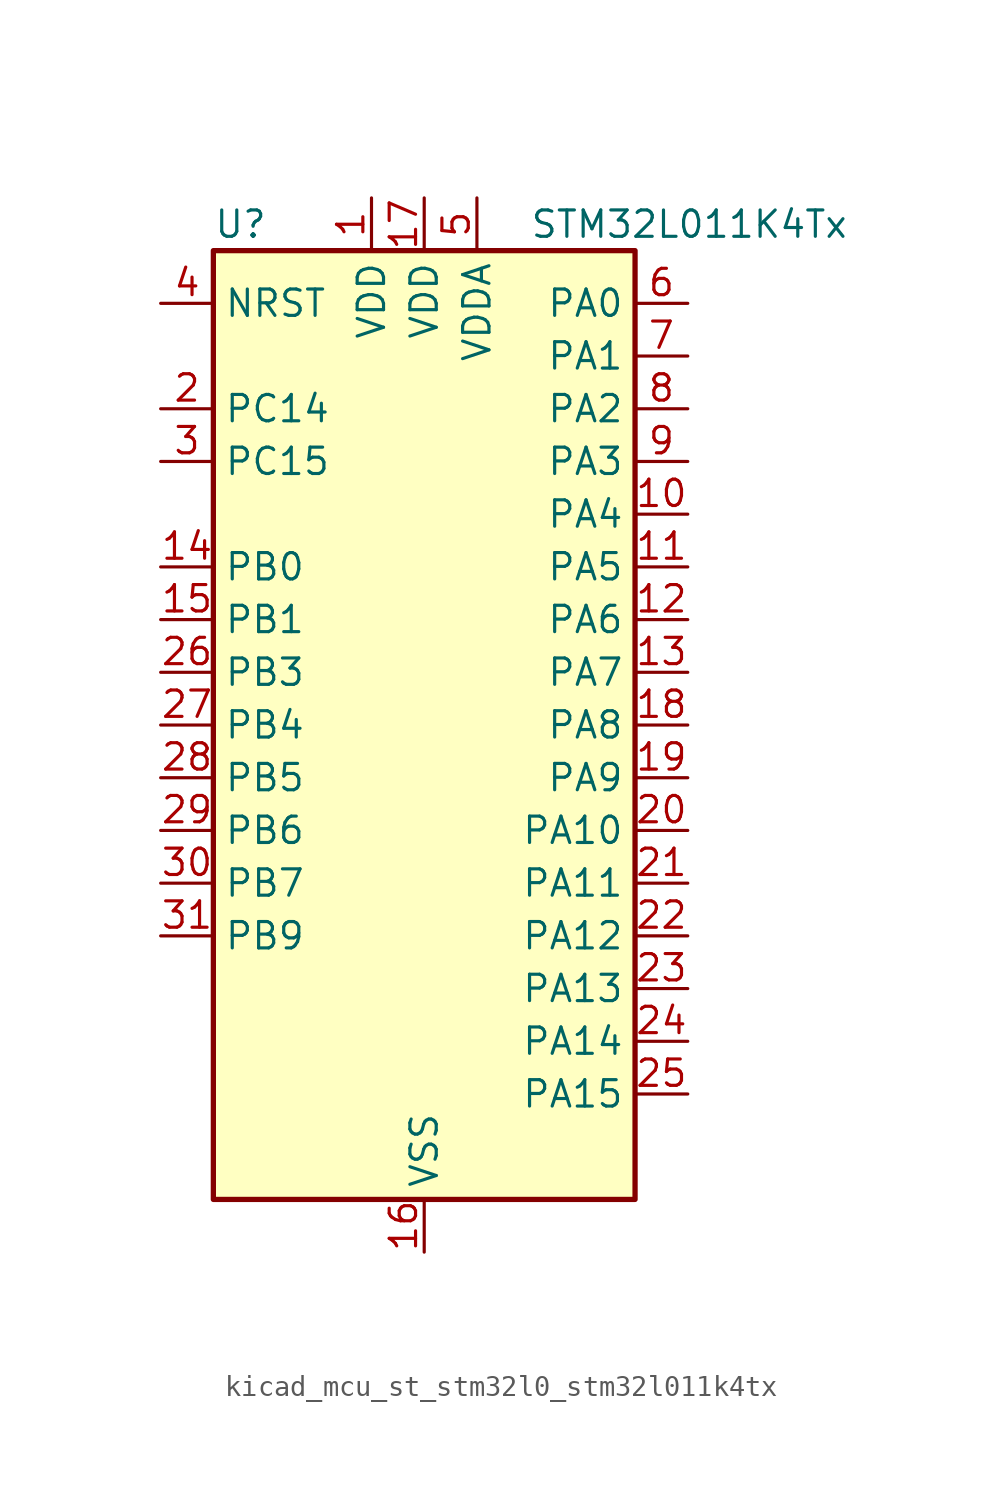
<source format=kicad_sym>
(kicad_symbol_lib
  (version 20220914)
  (generator kicad_symbol_editor)
  (symbol "kicad_mcu_st_stm32l0_stm32l011k4tx"
    (property "Reference" "U"
      (at -10.16 24.13 0)
      (effects (font (size 1.27 1.27)) (justify left)))
    (property "Value" "STM32L011K4Tx"
      (at 5.08 24.13 0)
      (effects (font (size 1.27 1.27)) (justify left)))
    (property "ki_locked" ""
      (at 0 0 0)
      (effects (font (size 1.27 1.27))))
    (symbol "kicad_mcu_st_stm32l0_stm32l011k4tx_0_1"
      (rectangle (start -10.16 -22.86) (end 10.16 22.86) (stroke (width 0.254) (type default)) (fill (type background))))
    (symbol "kicad_mcu_st_stm32l0_stm32l011k4tx_1_1"
      (pin power_in line (at -2.54 25.4 270) (length 2.54) (name "VDD" (effects (font (size 1.27 1.27)))) (number "1" (effects (font (size 1.27 1.27)))))
      (pin bidirectional line (at 12.7 10.16 180) (length 2.54) (name "PA4" (effects (font (size 1.27 1.27)))) (number "10" (effects (font (size 1.27 1.27)))) (alternate "ADC_IN4" bidirectional line) (alternate "COMP1_INM" bidirectional line) (alternate "COMP2_INM" bidirectional line) (alternate "COMP2_OUT" bidirectional line) (alternate "I2C1_SCL" bidirectional line) (alternate "LPTIM1_ETR" bidirectional line) (alternate "LPTIM1_IN1" bidirectional line) (alternate "LPUART1_TX" bidirectional line) (alternate "SPI1_NSS" bidirectional line) (alternate "TIM2_ETR" bidirectional line) (alternate "USART2_CK" bidirectional line))
      (pin bidirectional line (at 12.7 7.62 180) (length 2.54) (name "PA5" (effects (font (size 1.27 1.27)))) (number "11" (effects (font (size 1.27 1.27)))) (alternate "ADC_IN5" bidirectional line) (alternate "COMP1_INM" bidirectional line) (alternate "COMP2_INM" bidirectional line) (alternate "LPTIM1_IN2" bidirectional line) (alternate "SPI1_SCK" bidirectional line) (alternate "TIM2_CH1" bidirectional line) (alternate "TIM2_ETR" bidirectional line))
      (pin bidirectional line (at 12.7 5.08 180) (length 2.54) (name "PA6" (effects (font (size 1.27 1.27)))) (number "12" (effects (font (size 1.27 1.27)))) (alternate "ADC_IN6" bidirectional line) (alternate "COMP1_OUT" bidirectional line) (alternate "LPTIM1_ETR" bidirectional line) (alternate "LPUART1_CTS" bidirectional line) (alternate "SPI1_MISO" bidirectional line))
      (pin bidirectional line (at 12.7 2.54 180) (length 2.54) (name "PA7" (effects (font (size 1.27 1.27)))) (number "13" (effects (font (size 1.27 1.27)))) (alternate "ADC_IN7" bidirectional line) (alternate "COMP2_INP" bidirectional line) (alternate "COMP2_OUT" bidirectional line) (alternate "LPTIM1_OUT" bidirectional line) (alternate "SPI1_MOSI" bidirectional line) (alternate "TIM21_ETR" bidirectional line) (alternate "USART2_CTS" bidirectional line))
      (pin bidirectional line (at -12.7 7.62 0) (length 2.54) (name "PB0" (effects (font (size 1.27 1.27)))) (number "14" (effects (font (size 1.27 1.27)))) (alternate "ADC_IN8" bidirectional line) (alternate "SPI1_MISO" bidirectional line) (alternate "SYS_VREF_OUT_PB0" bidirectional line) (alternate "TIM2_CH2" bidirectional line) (alternate "TIM2_CH3" bidirectional line) (alternate "USART2_DE" bidirectional line) (alternate "USART2_RTS" bidirectional line))
      (pin bidirectional line (at -12.7 5.08 0) (length 2.54) (name "PB1" (effects (font (size 1.27 1.27)))) (number "15" (effects (font (size 1.27 1.27)))) (alternate "ADC_IN9" bidirectional line) (alternate "LPTIM1_IN1" bidirectional line) (alternate "LPUART1_DE" bidirectional line) (alternate "LPUART1_RTS" bidirectional line) (alternate "SPI1_MOSI" bidirectional line) (alternate "SYS_VREF_OUT_PB1" bidirectional line) (alternate "TIM2_CH4" bidirectional line) (alternate "USART2_CK" bidirectional line))
      (pin power_in line (at 0 -25.4 90) (length 2.54) (name "VSS" (effects (font (size 1.27 1.27)))) (number "16" (effects (font (size 1.27 1.27)))))
      (pin power_in line (at 0 25.4 270) (length 2.54) (name "VDD" (effects (font (size 1.27 1.27)))) (number "17" (effects (font (size 1.27 1.27)))))
      (pin bidirectional line (at 12.7 0 180) (length 2.54) (name "PA8" (effects (font (size 1.27 1.27)))) (number "18" (effects (font (size 1.27 1.27)))) (alternate "LPTIM1_IN1" bidirectional line) (alternate "RCC_MCO" bidirectional line) (alternate "TIM2_CH1" bidirectional line) (alternate "USART2_CK" bidirectional line))
      (pin bidirectional line (at 12.7 -2.54 180) (length 2.54) (name "PA9" (effects (font (size 1.27 1.27)))) (number "19" (effects (font (size 1.27 1.27)))) (alternate "COMP1_OUT" bidirectional line) (alternate "I2C1_SCL" bidirectional line) (alternate "LPTIM1_OUT" bidirectional line) (alternate "RCC_MCO" bidirectional line) (alternate "TIM21_CH2" bidirectional line) (alternate "USART2_TX" bidirectional line))
      (pin bidirectional line (at -12.7 15.24 0) (length 2.54) (name "PC14" (effects (font (size 1.27 1.27)))) (number "2" (effects (font (size 1.27 1.27)))) (alternate "RCC_OSC32_IN" bidirectional line))
      (pin bidirectional line (at 12.7 -5.08 180) (length 2.54) (name "PA10" (effects (font (size 1.27 1.27)))) (number "20" (effects (font (size 1.27 1.27)))) (alternate "COMP1_OUT" bidirectional line) (alternate "I2C1_SDA" bidirectional line) (alternate "RTC_REFIN" bidirectional line) (alternate "TIM21_CH1" bidirectional line) (alternate "TIM2_CH3" bidirectional line) (alternate "USART2_RX" bidirectional line))
      (pin bidirectional line (at 12.7 -7.62 180) (length 2.54) (name "PA11" (effects (font (size 1.27 1.27)))) (number "21" (effects (font (size 1.27 1.27)))) (alternate "ADC_EXTI11" bidirectional line) (alternate "COMP1_OUT" bidirectional line) (alternate "LPTIM1_OUT" bidirectional line) (alternate "SPI1_MISO" bidirectional line) (alternate "TIM21_CH2" bidirectional line) (alternate "USART2_CTS" bidirectional line))
      (pin bidirectional line (at 12.7 -10.16 180) (length 2.54) (name "PA12" (effects (font (size 1.27 1.27)))) (number "22" (effects (font (size 1.27 1.27)))) (alternate "COMP2_OUT" bidirectional line) (alternate "SPI1_MOSI" bidirectional line) (alternate "USART2_DE" bidirectional line) (alternate "USART2_RTS" bidirectional line))
      (pin bidirectional line (at 12.7 -12.7 180) (length 2.54) (name "PA13" (effects (font (size 1.27 1.27)))) (number "23" (effects (font (size 1.27 1.27)))) (alternate "COMP1_OUT" bidirectional line) (alternate "I2C1_SDA" bidirectional line) (alternate "LPTIM1_ETR" bidirectional line) (alternate "LPUART1_RX" bidirectional line) (alternate "SPI1_SCK" bidirectional line) (alternate "SYS_SWDIO" bidirectional line))
      (pin bidirectional line (at 12.7 -15.24 180) (length 2.54) (name "PA14" (effects (font (size 1.27 1.27)))) (number "24" (effects (font (size 1.27 1.27)))) (alternate "COMP2_OUT" bidirectional line) (alternate "I2C1_SMBA" bidirectional line) (alternate "LPTIM1_OUT" bidirectional line) (alternate "LPUART1_TX" bidirectional line) (alternate "SPI1_MISO" bidirectional line) (alternate "SYS_SWCLK" bidirectional line) (alternate "USART2_TX" bidirectional line))
      (pin bidirectional line (at 12.7 -17.78 180) (length 2.54) (name "PA15" (effects (font (size 1.27 1.27)))) (number "25" (effects (font (size 1.27 1.27)))) (alternate "SPI1_NSS" bidirectional line) (alternate "TIM2_CH1" bidirectional line) (alternate "TIM2_ETR" bidirectional line) (alternate "USART2_RX" bidirectional line))
      (pin bidirectional line (at -12.7 2.54 0) (length 2.54) (name "PB3" (effects (font (size 1.27 1.27)))) (number "26" (effects (font (size 1.27 1.27)))) (alternate "COMP2_INM" bidirectional line) (alternate "SPI1_SCK" bidirectional line) (alternate "TIM2_CH2" bidirectional line))
      (pin bidirectional line (at -12.7 0 0) (length 2.54) (name "PB4" (effects (font (size 1.27 1.27)))) (number "27" (effects (font (size 1.27 1.27)))) (alternate "COMP2_INP" bidirectional line) (alternate "SPI1_MISO" bidirectional line))
      (pin bidirectional line (at -12.7 -2.54 0) (length 2.54) (name "PB5" (effects (font (size 1.27 1.27)))) (number "28" (effects (font (size 1.27 1.27)))) (alternate "COMP2_INP" bidirectional line) (alternate "I2C1_SMBA" bidirectional line) (alternate "LPTIM1_IN1" bidirectional line) (alternate "SPI1_MOSI" bidirectional line) (alternate "TIM21_CH1" bidirectional line))
      (pin bidirectional line (at -12.7 -5.08 0) (length 2.54) (name "PB6" (effects (font (size 1.27 1.27)))) (number "29" (effects (font (size 1.27 1.27)))) (alternate "COMP2_INP" bidirectional line) (alternate "I2C1_SCL" bidirectional line) (alternate "LPTIM1_ETR" bidirectional line) (alternate "LPUART1_TX" bidirectional line) (alternate "TIM2_CH3" bidirectional line) (alternate "USART2_TX" bidirectional line))
      (pin bidirectional line (at -12.7 12.7 0) (length 2.54) (name "PC15" (effects (font (size 1.27 1.27)))) (number "3" (effects (font (size 1.27 1.27)))) (alternate "RCC_OSC32_OUT" bidirectional line))
      (pin bidirectional line (at -12.7 -7.62 0) (length 2.54) (name "PB7" (effects (font (size 1.27 1.27)))) (number "30" (effects (font (size 1.27 1.27)))) (alternate "COMP2_INP" bidirectional line) (alternate "I2C1_SDA" bidirectional line) (alternate "LPTIM1_IN2" bidirectional line) (alternate "LPUART1_RX" bidirectional line) (alternate "SYS_PVD_IN" bidirectional line) (alternate "TIM2_CH4" bidirectional line) (alternate "USART2_RX" bidirectional line))
      (pin bidirectional line (at -12.7 -10.16 0) (length 2.54) (name "PB9" (effects (font (size 1.27 1.27)))) (number "31" (effects (font (size 1.27 1.27)))))
      (pin passive line (at 0 -25.4 90) (length 2.54) hide (name "VSS" (effects (font (size 1.27 1.27)))) (number "32" (effects (font (size 1.27 1.27)))))
      (pin input line (at -12.7 20.32 0) (length 2.54) (name "NRST" (effects (font (size 1.27 1.27)))) (number "4" (effects (font (size 1.27 1.27)))))
      (pin power_in line (at 2.54 25.4 270) (length 2.54) (name "VDDA" (effects (font (size 1.27 1.27)))) (number "5" (effects (font (size 1.27 1.27)))))
      (pin bidirectional line (at 12.7 20.32 180) (length 2.54) (name "PA0" (effects (font (size 1.27 1.27)))) (number "6" (effects (font (size 1.27 1.27)))) (alternate "ADC_IN0" bidirectional line) (alternate "COMP1_INM" bidirectional line) (alternate "COMP1_OUT" bidirectional line) (alternate "LPTIM1_IN1" bidirectional line) (alternate "LPUART1_RX" bidirectional line) (alternate "RCC_CK_IN" bidirectional line) (alternate "RTC_TAMP2" bidirectional line) (alternate "SYS_WKUP1" bidirectional line) (alternate "TIM2_CH1" bidirectional line) (alternate "TIM2_ETR" bidirectional line) (alternate "USART2_CTS" bidirectional line) (alternate "USART2_RX" bidirectional line))
      (pin bidirectional line (at 12.7 17.78 180) (length 2.54) (name "PA1" (effects (font (size 1.27 1.27)))) (number "7" (effects (font (size 1.27 1.27)))) (alternate "ADC_IN1" bidirectional line) (alternate "COMP1_INP" bidirectional line) (alternate "I2C1_SMBA" bidirectional line) (alternate "LPTIM1_IN2" bidirectional line) (alternate "LPUART1_TX" bidirectional line) (alternate "TIM21_ETR" bidirectional line) (alternate "TIM2_CH2" bidirectional line) (alternate "USART2_DE" bidirectional line) (alternate "USART2_RTS" bidirectional line))
      (pin bidirectional line (at 12.7 15.24 180) (length 2.54) (name "PA2" (effects (font (size 1.27 1.27)))) (number "8" (effects (font (size 1.27 1.27)))) (alternate "ADC_IN2" bidirectional line) (alternate "COMP2_INM" bidirectional line) (alternate "COMP2_OUT" bidirectional line) (alternate "LPUART1_TX" bidirectional line) (alternate "RTC_OUT_ALARM" bidirectional line) (alternate "RTC_OUT_CALIB" bidirectional line) (alternate "RTC_TAMP3" bidirectional line) (alternate "RTC_TS" bidirectional line) (alternate "SYS_WKUP3" bidirectional line) (alternate "TIM21_CH1" bidirectional line) (alternate "TIM2_CH3" bidirectional line) (alternate "USART2_TX" bidirectional line))
      (pin bidirectional line (at 12.7 12.7 180) (length 2.54) (name "PA3" (effects (font (size 1.27 1.27)))) (number "9" (effects (font (size 1.27 1.27)))) (alternate "ADC_IN3" bidirectional line) (alternate "COMP2_INP" bidirectional line) (alternate "LPUART1_RX" bidirectional line) (alternate "TIM21_CH2" bidirectional line) (alternate "TIM2_CH4" bidirectional line) (alternate "USART2_RX" bidirectional line)))))
</source>
